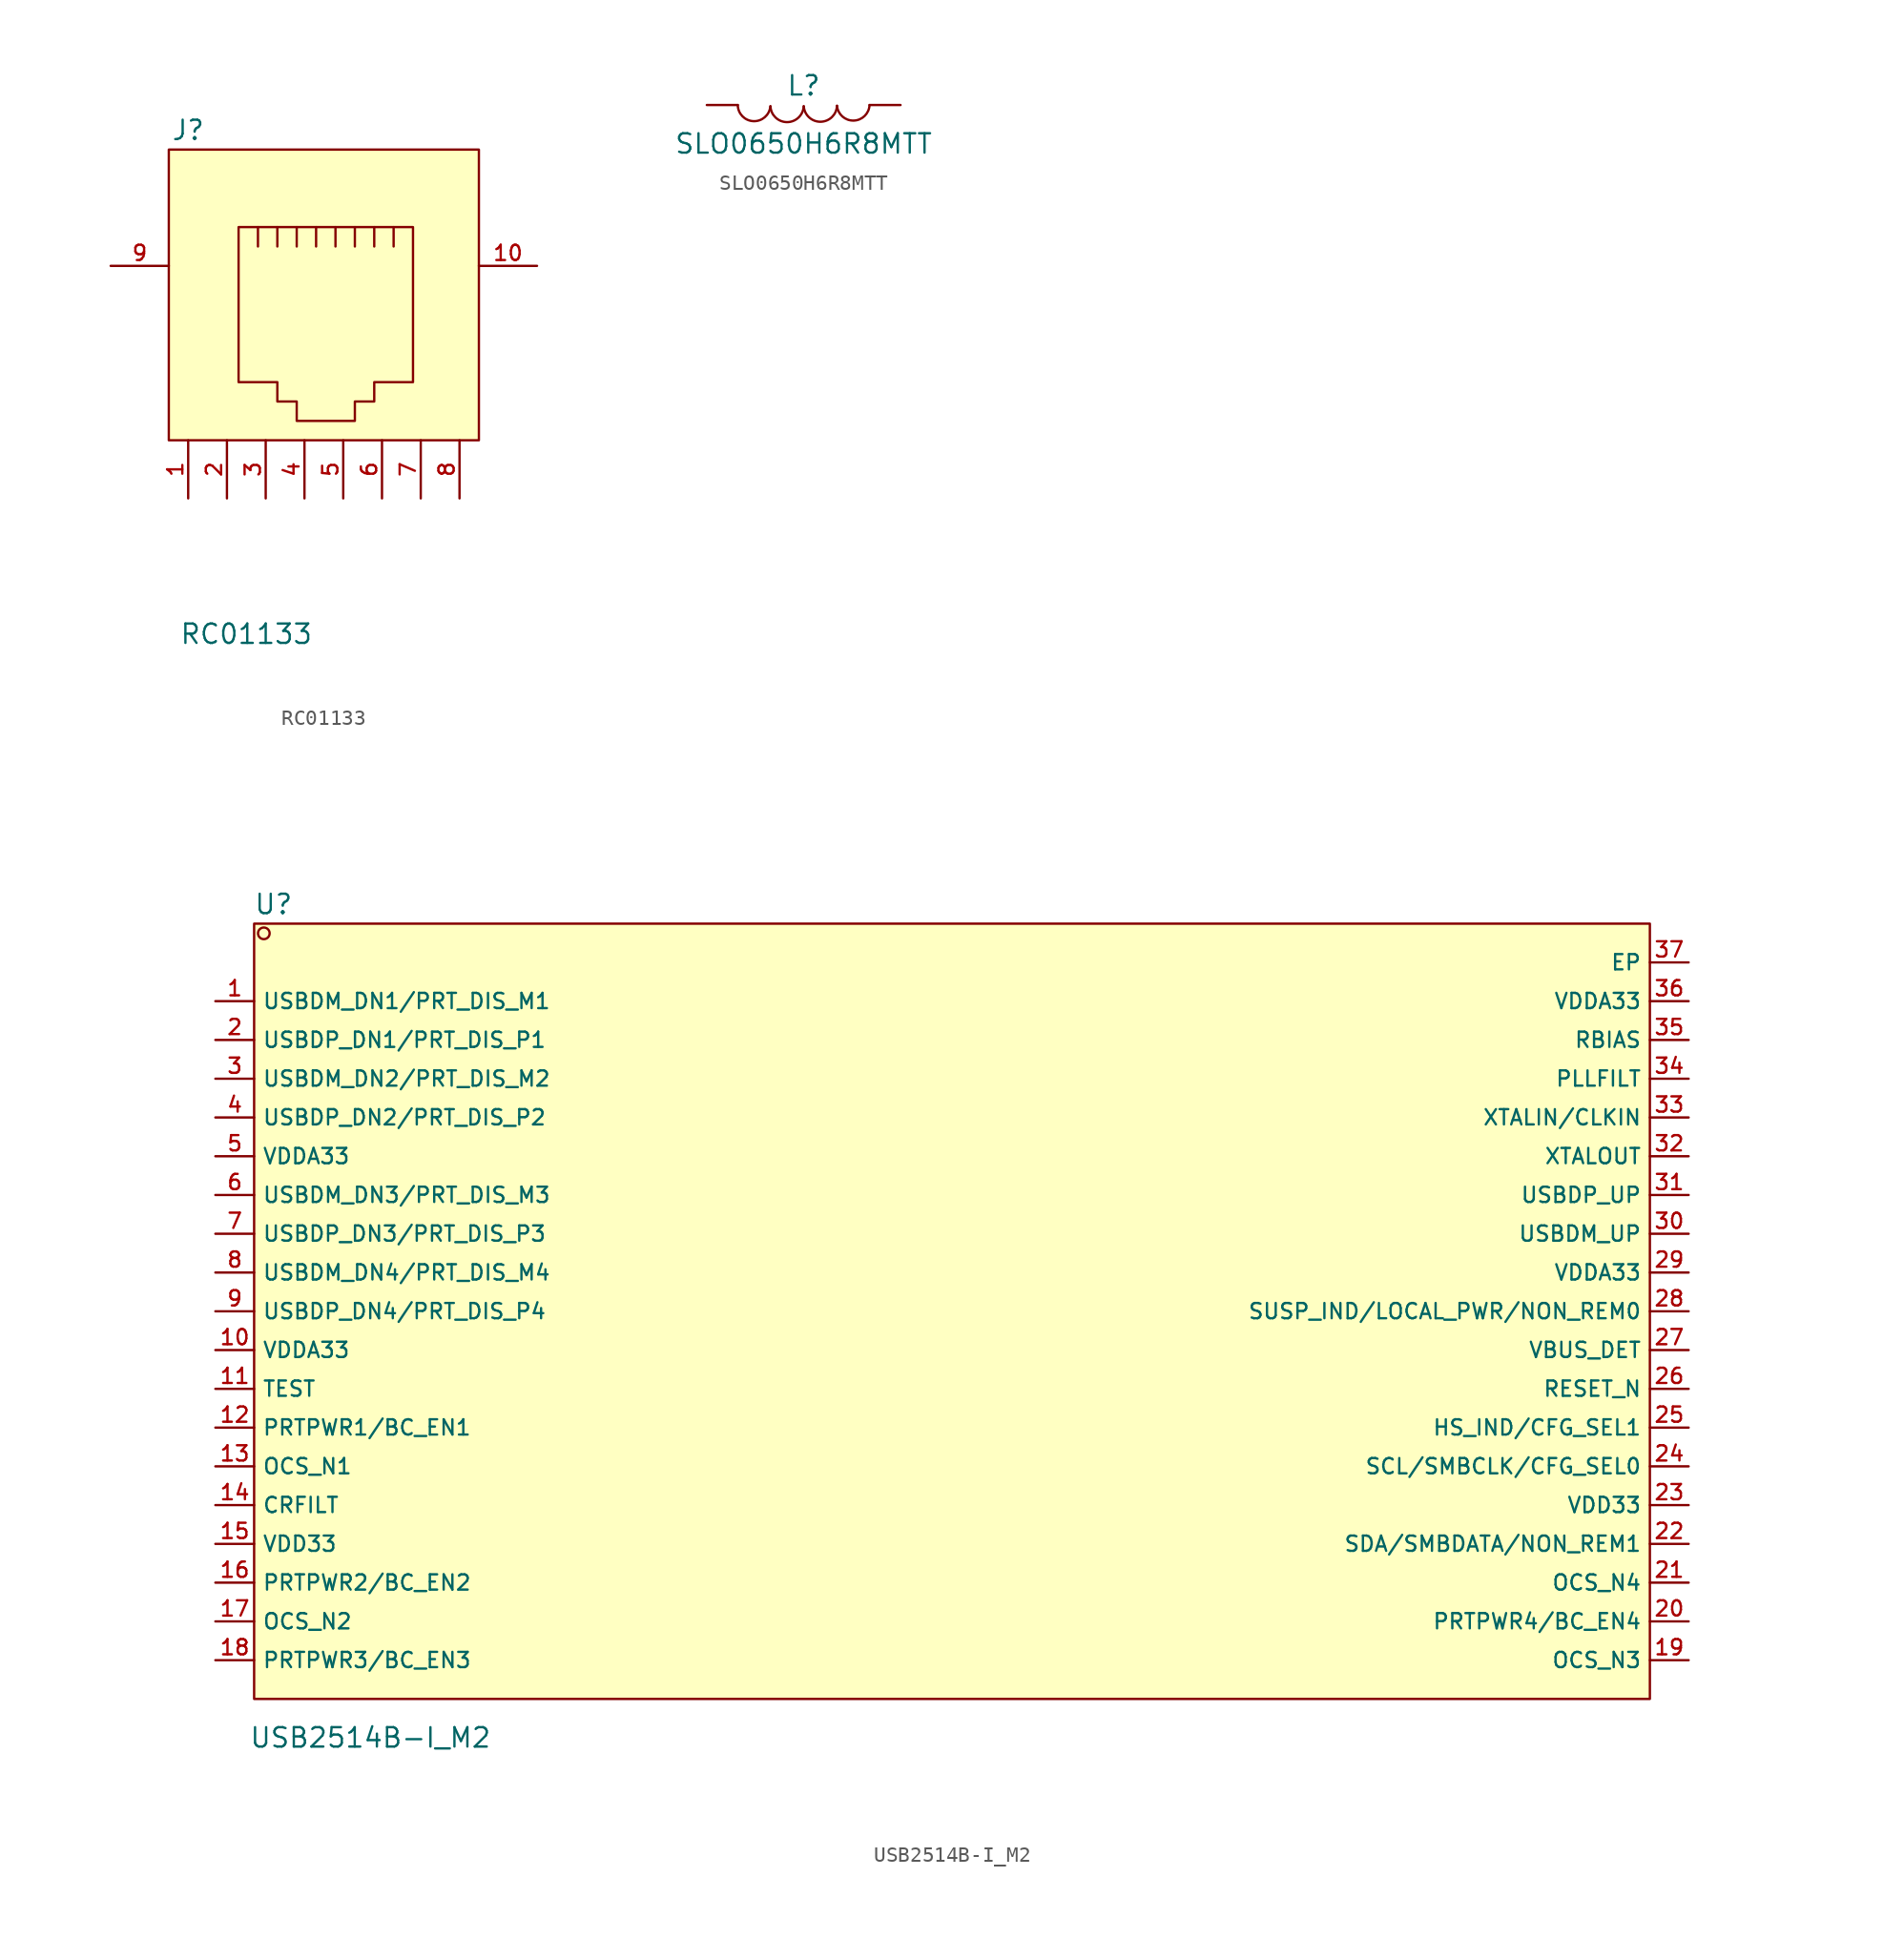
<source format=kicad_sym>
(kicad_symbol_lib
  (version 20220914)
  (generator kicad_symbol_editor)
  (symbol "RC01133"
    (pin_names hide)
    (property "Reference" "J"
      (at -10.16 13.97 0)
      (effects (font (size 1.27 1.27))))
    (property "Value" "RC01133"
      (at -6.35 -19.05 0)
      (effects (font (size 1.27 1.27))))
    (symbol "RC01133_0_1"
      (rectangle (start -11.43 12.7) (end 8.89 -6.35) (stroke (width 0) (type default)) (fill (type background)))
      (polyline (pts (xy -5.588 6.35) (xy -5.588 7.62) (xy -5.588 7.62)) (stroke (width 0) (type default)) (fill (type none)))
      (polyline (pts (xy -4.318 7.62) (xy -4.318 6.35) (xy -4.318 6.35)) (stroke (width 0) (type default)) (fill (type none)))
      (polyline (pts (xy -3.048 7.62) (xy -3.048 6.35) (xy -3.048 6.35)) (stroke (width 0) (type default)) (fill (type none)))
      (polyline (pts (xy -1.778 7.62) (xy -1.778 6.35) (xy -1.778 6.35)) (stroke (width 0) (type default)) (fill (type none)))
      (polyline (pts (xy -0.508 7.62) (xy -0.508 6.35) (xy -0.508 6.35)) (stroke (width 0) (type default)) (fill (type none)))
      (polyline (pts (xy 0.762 7.62) (xy 0.762 6.35) (xy 0.762 6.35)) (stroke (width 0) (type default)) (fill (type none)))
      (polyline (pts (xy 2.032 6.35) (xy 2.032 7.62) (xy 2.032 7.62)) (stroke (width 0) (type default)) (fill (type none)))
      (polyline (pts (xy 3.302 6.35) (xy 3.302 7.62) (xy 3.302 7.62)) (stroke (width 0) (type default)) (fill (type none)))
      (polyline (pts (xy -6.858 7.62) (xy 4.572 7.62) (xy 4.572 -2.54) (xy 2.032 -2.54) (xy 2.032 -3.81) (xy 0.762 -3.81) (xy 0.762 -5.08) (xy -3.048 -5.08) (xy -3.048 -3.81) (xy -4.318 -3.81) (xy -4.318 -2.54) (xy -6.858 -2.54) (xy -6.858 7.62) (xy -6.858 7.62)) (stroke (width 0) (type default)) (fill (type none)))
      (pin unspecified line (at -10.16 -10.16 90) (length 3.81) (name "1" (effects (font (size 1 1)))) (number "1" (effects (font (size 1 1)))))
      (pin unspecified line (at 12.7 5.08 180) (length 3.81) (name "10" (effects (font (size 1 1)))) (number "10" (effects (font (size 1 1)))))
      (pin unspecified line (at -7.62 -10.16 90) (length 3.81) (name "2" (effects (font (size 1 1)))) (number "2" (effects (font (size 1 1)))))
      (pin unspecified line (at -5.08 -10.16 90) (length 3.81) (name "3" (effects (font (size 1 1)))) (number "3" (effects (font (size 1 1)))))
      (pin unspecified line (at -2.54 -10.16 90) (length 3.81) (name "4" (effects (font (size 1 1)))) (number "4" (effects (font (size 1 1)))))
      (pin unspecified line (at 0 -10.16 90) (length 3.81) (name "5" (effects (font (size 1 1)))) (number "5" (effects (font (size 1 1)))))
      (pin unspecified line (at 2.54 -10.16 90) (length 3.81) (name "6" (effects (font (size 1 1)))) (number "6" (effects (font (size 1 1)))))
      (pin unspecified line (at 5.08 -10.16 90) (length 3.81) (name "7" (effects (font (size 1 1)))) (number "7" (effects (font (size 1 1)))))
      (pin unspecified line (at 7.62 -10.16 90) (length 3.81) (name "8" (effects (font (size 1 1)))) (number "8" (effects (font (size 1 1)))))
      (pin unspecified line (at -15.24 5.08 0) (length 3.81) (name "9" (effects (font (size 1 1)))) (number "9" (effects (font (size 1 1)))))))
  (symbol "SLO0650H6R8MTT"
    (pin_numbers hide)
    (pin_names hide)
    (property "Reference" "L"
      (at 0 1.27 0)
      (effects (font (size 1.27 1.27))))
    (property "Value" "SLO0650H6R8MTT"
      (at 0 -2.54 0)
      (effects (font (size 1.27 1.27))))
    (symbol "SLO0650H6R8MTT_0_1"
      (arc (start -4.318 0) (mid -3.2992 -1.0575) (end -2.1844 -0.1016) (stroke (width 0) (type default)) (fill (type none)))
      (arc (start -2.1792 -0.0726) (mid -1.1033 -1.1209) (end 0 -0.1016) (stroke (width 0) (type default)) (fill (type none)))
      (arc (start 0.0052 -0.0726) (mid 1.1051 -1.0966) (end 2.1844 -0.0508) (stroke (width 0) (type default)) (fill (type none)))
      (arc (start 2.1844 -0.0508) (mid 3.275 -1.0217) (end 4.318 0) (stroke (width 0) (type default)) (fill (type none))))
    (symbol "SLO0650H6R8MTT_1_1"
      (pin unspecified line (at -6.35 0 0) (length 2.032) (name "1" (effects (font (size 1 1)))) (number "1" (effects (font (size 1 1)))))
      (pin unspecified line (at 6.35 0 180) (length 2.032) (name "2" (effects (font (size 1 1)))) (number "2" (effects (font (size 1 1)))))))
  (symbol "USB2514B-I_M2"
    (property "Reference" "U"
      (at -45.72 25.4 0)
      (effects (font (size 1.27 1.27))))
    (property "Value" "USB2514B-I_M2"
      (at -39.37 -29.21 0)
      (effects (font (size 1.27 1.27))))
    (symbol "USB2514B-I_M2_0_1"
      (rectangle (start -46.99 24.13) (end 44.45 -26.67) (stroke (width 0) (type default)) (fill (type background)))
      (circle (center -46.355 23.495) (radius 0.381) (stroke (width 0) (type default)) (fill (type background)))
      (pin unspecified line (at -49.53 19.05 0) (length 2.54) (name "USBDM_DN1/PRT_DIS_M1" (effects (font (size 1 1)))) (number "1" (effects (font (size 1 1)))))
      (pin unspecified line (at -49.53 -3.81 0) (length 2.54) (name "VDDA33" (effects (font (size 1 1)))) (number "10" (effects (font (size 1 1)))))
      (pin unspecified line (at -49.53 -6.35 0) (length 2.54) (name "TEST" (effects (font (size 1 1)))) (number "11" (effects (font (size 1 1)))))
      (pin unspecified line (at -49.53 -8.89 0) (length 2.54) (name "PRTPWR1/BC_EN1" (effects (font (size 1 1)))) (number "12" (effects (font (size 1 1)))))
      (pin unspecified line (at -49.53 -11.43 0) (length 2.54) (name "OCS_N1" (effects (font (size 1 1)))) (number "13" (effects (font (size 1 1)))))
      (pin unspecified line (at -49.53 -13.97 0) (length 2.54) (name "CRFILT" (effects (font (size 1 1)))) (number "14" (effects (font (size 1 1)))))
      (pin unspecified line (at -49.53 -16.51 0) (length 2.54) (name "VDD33" (effects (font (size 1 1)))) (number "15" (effects (font (size 1 1)))))
      (pin unspecified line (at -49.53 -19.05 0) (length 2.54) (name "PRTPWR2/BC_EN2" (effects (font (size 1 1)))) (number "16" (effects (font (size 1 1)))))
      (pin unspecified line (at -49.53 -21.59 0) (length 2.54) (name "OCS_N2" (effects (font (size 1 1)))) (number "17" (effects (font (size 1 1)))))
      (pin unspecified line (at -49.53 -24.13 0) (length 2.54) (name "PRTPWR3/BC_EN3" (effects (font (size 1 1)))) (number "18" (effects (font (size 1 1)))))
      (pin unspecified line (at 46.99 -24.13 180) (length 2.54) (name "OCS_N3" (effects (font (size 1 1)))) (number "19" (effects (font (size 1 1)))))
      (pin unspecified line (at -49.53 16.51 0) (length 2.54) (name "USBDP_DN1/PRT_DIS_P1" (effects (font (size 1 1)))) (number "2" (effects (font (size 1 1)))))
      (pin unspecified line (at 46.99 -21.59 180) (length 2.54) (name "PRTPWR4/BC_EN4" (effects (font (size 1 1)))) (number "20" (effects (font (size 1 1)))))
      (pin unspecified line (at 46.99 -19.05 180) (length 2.54) (name "OCS_N4" (effects (font (size 1 1)))) (number "21" (effects (font (size 1 1)))))
      (pin unspecified line (at 46.99 -13.97 180) (length 2.54) (name "VDD33" (effects (font (size 1 1)))) (number "23" (effects (font (size 1 1)))))
      (pin unspecified line (at 46.99 -11.43 180) (length 2.54) (name "SCL/SMBCLK/CFG_SEL0" (effects (font (size 1 1)))) (number "24" (effects (font (size 1 1)))))
      (pin unspecified line (at 46.99 -8.89 180) (length 2.54) (name "HS_IND/CFG_SEL1" (effects (font (size 1 1)))) (number "25" (effects (font (size 1 1)))))
      (pin unspecified line (at 46.99 -6.35 180) (length 2.54) (name "RESET_N" (effects (font (size 1 1)))) (number "26" (effects (font (size 1 1)))))
      (pin unspecified line (at 46.99 -3.81 180) (length 2.54) (name "VBUS_DET" (effects (font (size 1 1)))) (number "27" (effects (font (size 1 1)))))
      (pin unspecified line (at 46.99 -1.27 180) (length 2.54) (name "SUSP_IND/LOCAL_PWR/NON_REM0" (effects (font (size 1 1)))) (number "28" (effects (font (size 1 1)))))
      (pin unspecified line (at 46.99 1.27 180) (length 2.54) (name "VDDA33" (effects (font (size 1 1)))) (number "29" (effects (font (size 1 1)))))
      (pin unspecified line (at -49.53 13.97 0) (length 2.54) (name "USBDM_DN2/PRT_DIS_M2" (effects (font (size 1 1)))) (number "3" (effects (font (size 1 1)))))
      (pin unspecified line (at 46.99 3.81 180) (length 2.54) (name "USBDM_UP" (effects (font (size 1 1)))) (number "30" (effects (font (size 1 1)))))
      (pin unspecified line (at 46.99 6.35 180) (length 2.54) (name "USBDP_UP" (effects (font (size 1 1)))) (number "31" (effects (font (size 1 1)))))
      (pin unspecified line (at 46.99 8.89 180) (length 2.54) (name "XTALOUT" (effects (font (size 1 1)))) (number "32" (effects (font (size 1 1)))))
      (pin unspecified line (at 46.99 11.43 180) (length 2.54) (name "XTALIN/CLKIN" (effects (font (size 1 1)))) (number "33" (effects (font (size 1 1)))))
      (pin unspecified line (at 46.99 13.97 180) (length 2.54) (name "PLLFILT" (effects (font (size 1 1)))) (number "34" (effects (font (size 1 1)))))
      (pin unspecified line (at 46.99 16.51 180) (length 2.54) (name "RBIAS" (effects (font (size 1 1)))) (number "35" (effects (font (size 1 1)))))
      (pin unspecified line (at 46.99 19.05 180) (length 2.54) (name "VDDA33" (effects (font (size 1 1)))) (number "36" (effects (font (size 1 1)))))
      (pin unspecified line (at 46.99 21.59 180) (length 2.54) (name "EP" (effects (font (size 1 1)))) (number "37" (effects (font (size 1 1)))))
      (pin unspecified line (at -49.53 11.43 0) (length 2.54) (name "USBDP_DN2/PRT_DIS_P2" (effects (font (size 1 1)))) (number "4" (effects (font (size 1 1)))))
      (pin unspecified line (at -49.53 8.89 0) (length 2.54) (name "VDDA33" (effects (font (size 1 1)))) (number "5" (effects (font (size 1 1)))))
      (pin unspecified line (at -49.53 6.35 0) (length 2.54) (name "USBDM_DN3/PRT_DIS_M3" (effects (font (size 1 1)))) (number "6" (effects (font (size 1 1)))))
      (pin unspecified line (at -49.53 3.81 0) (length 2.54) (name "USBDP_DN3/PRT_DIS_P3" (effects (font (size 1 1)))) (number "7" (effects (font (size 1 1)))))
      (pin unspecified line (at -49.53 1.27 0) (length 2.54) (name "USBDM_DN4/PRT_DIS_M4" (effects (font (size 1 1)))) (number "8" (effects (font (size 1 1)))))
      (pin unspecified line (at -49.53 -1.27 0) (length 2.54) (name "USBDP_DN4/PRT_DIS_P4" (effects (font (size 1 1)))) (number "9" (effects (font (size 1 1))))))
    (symbol "USB2514B-I_M2_1_1"
      (pin unspecified line (at 46.99 -16.51 180) (length 2.54) (name "SDA/SMBDATA/NON_REM1" (effects (font (size 1 1)))) (number "22" (effects (font (size 1 1))))))))
</source>
